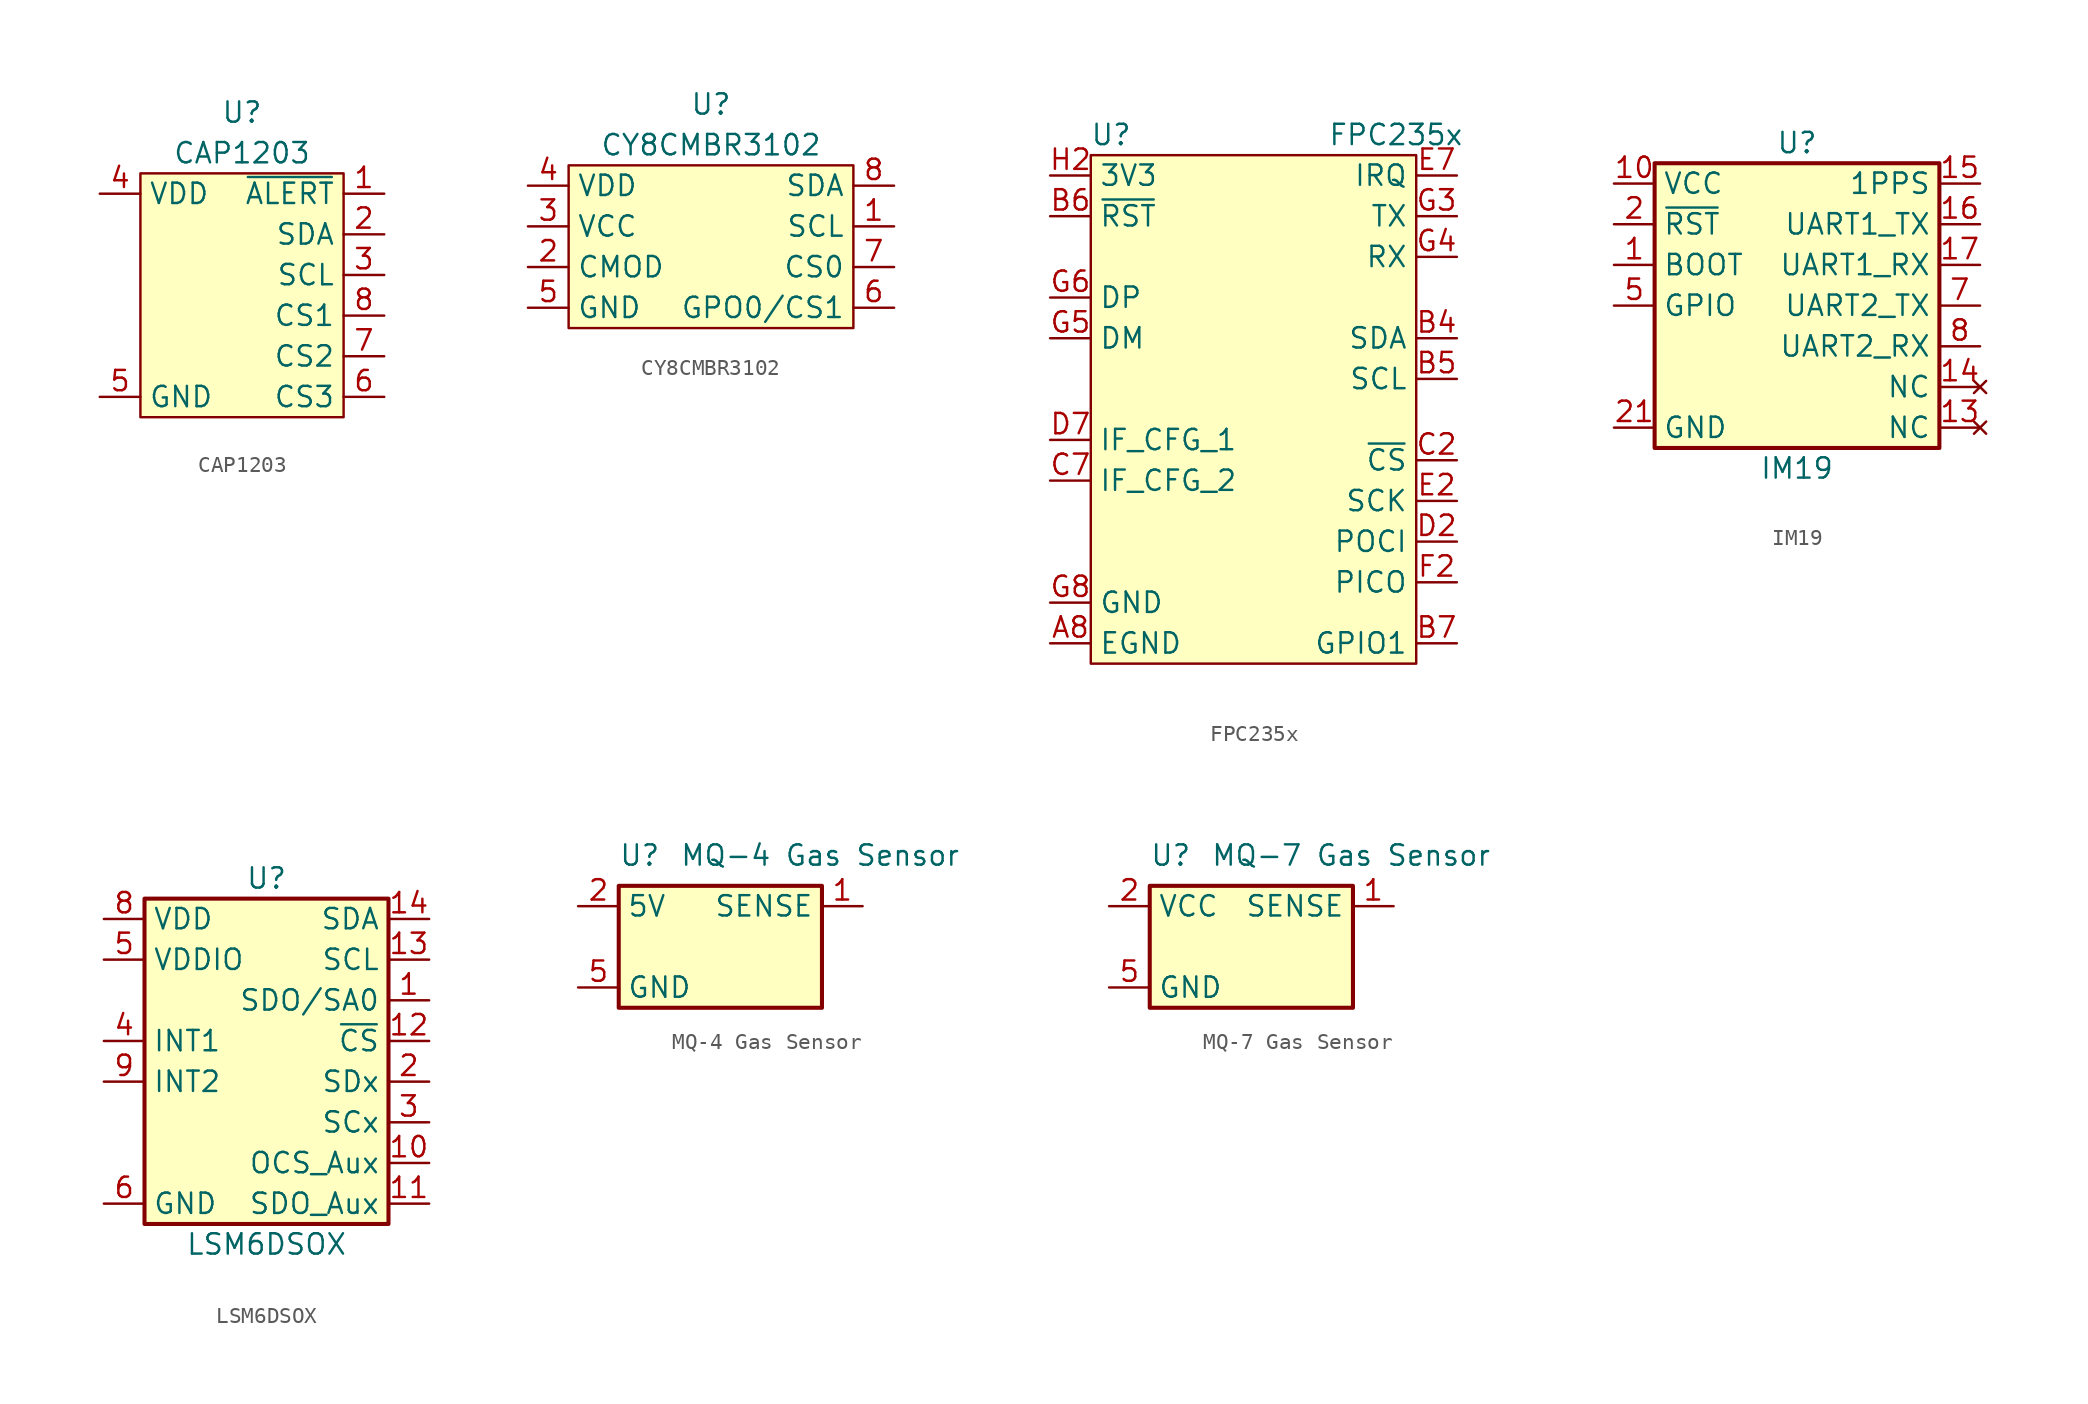
<source format=kicad_sym>
(kicad_symbol_lib
  (version 20241209)
  (generator "kicad_symbol_editor")
  (generator_version "9.0")
  (symbol "CAP1203"
    (property "Reference" "U"
      (at 0 11.43 0)
      (effects (font (size 1.27 1.27))))
    (property "Value" "CAP1203"
      (at 0 8.89 0)
      (effects (font (size 1.27 1.27))))
    (symbol "CAP1203_1_1"
      (rectangle (start -6.35 7.62) (end 6.35 -7.62) (stroke (width 0) (type solid)) (fill (type color) (color 255 255 194 1)))
      (pin power_in line (at -8.89 6.35 0) (length 2.54) (name "VDD" (effects (font (size 1.27 1.27)))) (number "4" (effects (font (size 1.27 1.27)))))
      (pin power_in line (at -8.89 -6.35 0) (length 2.54) (name "GND" (effects (font (size 1.27 1.27)))) (number "5" (effects (font (size 1.27 1.27)))))
      (pin open_collector line (at 8.89 6.35 180) (length 2.54) (name "~{ALERT}" (effects (font (size 1.27 1.27)))) (number "1" (effects (font (size 1.27 1.27)))))
      (pin bidirectional line (at 8.89 3.81 180) (length 2.54) (name "SDA" (effects (font (size 1.27 1.27)))) (number "2" (effects (font (size 1.27 1.27)))))
      (pin bidirectional line (at 8.89 1.27 180) (length 2.54) (name "SCL" (effects (font (size 1.27 1.27)))) (number "3" (effects (font (size 1.27 1.27)))))
      (pin passive line (at 8.89 -1.27 180) (length 2.54) (name "CS1" (effects (font (size 1.27 1.27)))) (number "8" (effects (font (size 1.27 1.27)))))
      (pin passive line (at 8.89 -3.81 180) (length 2.54) (name "CS2" (effects (font (size 1.27 1.27)))) (number "7" (effects (font (size 1.27 1.27)))))
      (pin passive line (at 8.89 -6.35 180) (length 2.54) (name "CS3" (effects (font (size 1.27 1.27)))) (number "6" (effects (font (size 1.27 1.27)))))))
  (symbol "CY8CMBR3102"
    (property "Reference" "U"
      (at 0 8.89 0)
      (effects (font (size 1.27 1.27))))
    (property "Value" "CY8CMBR3102"
      (at 0 6.35 0)
      (effects (font (size 1.27 1.27))))
    (symbol "CY8CMBR3102_1_1"
      (rectangle (start -8.89 5.08) (end 8.89 -5.08) (stroke (width 0) (type solid)) (fill (type background)))
      (pin power_in line (at -11.43 3.81 0) (length 2.54) (name "VDD" (effects (font (size 1.27 1.27)))) (number "4" (effects (font (size 1.27 1.27)))))
      (pin power_in line (at -11.43 1.27 0) (length 2.54) (name "VCC" (effects (font (size 1.27 1.27)))) (number "3" (effects (font (size 1.27 1.27)))))
      (pin passive line (at -11.43 -1.27 0) (length 2.54) (name "CMOD" (effects (font (size 1.27 1.27)))) (number "2" (effects (font (size 1.27 1.27)))))
      (pin power_in line (at -11.43 -3.81 0) (length 2.54) (name "GND" (effects (font (size 1.27 1.27)))) (number "5" (effects (font (size 1.27 1.27)))))
      (pin bidirectional line (at 11.43 3.81 180) (length 2.54) (name "SDA" (effects (font (size 1.27 1.27)))) (number "8" (effects (font (size 1.27 1.27)))))
      (pin bidirectional line (at 11.43 1.27 180) (length 2.54) (name "SCL" (effects (font (size 1.27 1.27)))) (number "1" (effects (font (size 1.27 1.27)))))
      (pin passive line (at 11.43 -1.27 180) (length 2.54) (name "CS0" (effects (font (size 1.27 1.27)))) (number "7" (effects (font (size 1.27 1.27)))))
      (pin passive line (at 11.43 -3.81 180) (length 2.54) (name "GPO0/CS1" (effects (font (size 1.27 1.27)))) (number "6" (effects (font (size 1.27 1.27)))))))
  (symbol "FPC235x"
    (property "Reference" "U"
      (at -8.89 16.51 0)
      (effects (font (size 1.27 1.27))))
    (property "Value" "FPC235x"
      (at 8.89 16.51 0)
      (effects (font (size 1.27 1.27))))
    (symbol "FPC235x_1_0"
      (rectangle (start -10.16 15.24) (end 10.16 -16.51) (stroke (width 0) (type solid)) (fill (type background)))
      (pin power_in line (at -12.7 13.97 0) (length 2.54) (hide yes) (name "3V3" (effects (font (size 1.27 1.27)))) (number "A2" (effects (font (size 1.27 1.27)))))
      (pin power_in line (at -12.7 13.97 0) (length 2.54) (hide yes) (name "3V3" (effects (font (size 1.27 1.27)))) (number "A7" (effects (font (size 1.27 1.27)))))
      (pin power_in line (at -12.7 13.97 0) (length 2.54) (name "3V3" (effects (font (size 1.27 1.27)))) (number "H2" (effects (font (size 1.27 1.27)))))
      (pin power_in line (at -12.7 13.97 0) (length 2.54) (hide yes) (name "3V3" (effects (font (size 1.27 1.27)))) (number "H7" (effects (font (size 1.27 1.27)))))
      (pin input line (at -12.7 11.43 0) (length 2.54) (name "~{RST}" (effects (font (size 1.27 1.27)))) (number "B6" (effects (font (size 1.27 1.27)))))
      (pin bidirectional line (at -12.7 6.35 0) (length 2.54) (name "DP" (effects (font (size 1.27 1.27)))) (number "G6" (effects (font (size 1.27 1.27)))))
      (pin bidirectional line (at -12.7 3.81 0) (length 2.54) (name "DM" (effects (font (size 1.27 1.27)))) (number "G5" (effects (font (size 1.27 1.27)))))
      (pin input line (at -12.7 -2.54 0) (length 2.54) (name "IF_CFG_1" (effects (font (size 1.27 1.27)))) (number "D7" (effects (font (size 1.27 1.27)))))
      (pin input line (at -12.7 -5.08 0) (length 2.54) (name "IF_CFG_2" (effects (font (size 1.27 1.27)))) (number "C7" (effects (font (size 1.27 1.27)))))
      (pin power_in line (at -12.7 -12.7 0) (length 2.54) (hide yes) (name "GND" (effects (font (size 1.27 1.27)))) (number "B1" (effects (font (size 1.27 1.27)))))
      (pin power_in line (at -12.7 -12.7 0) (length 2.54) (hide yes) (name "GND" (effects (font (size 1.27 1.27)))) (number "B8" (effects (font (size 1.27 1.27)))))
      (pin power_in line (at -12.7 -12.7 0) (length 2.54) (hide yes) (name "GND" (effects (font (size 1.27 1.27)))) (number "G1" (effects (font (size 1.27 1.27)))))
      (pin power_in line (at -12.7 -12.7 0) (length 2.54) (name "GND" (effects (font (size 1.27 1.27)))) (number "G8" (effects (font (size 1.27 1.27)))))
      (pin power_in line (at -12.7 -15.24 0) (length 2.54) (hide yes) (name "EGND" (effects (font (size 1.27 1.27)))) (number "A1" (effects (font (size 1.27 1.27)))))
      (pin power_in line (at -12.7 -15.24 0) (length 2.54) (name "EGND" (effects (font (size 1.27 1.27)))) (number "A8" (effects (font (size 1.27 1.27)))))
      (pin power_in line (at -12.7 -15.24 0) (length 2.54) (hide yes) (name "EGND" (effects (font (size 1.27 1.27)))) (number "H1" (effects (font (size 1.27 1.27)))))
      (pin power_in line (at -12.7 -15.24 0) (length 2.54) (hide yes) (name "EGND" (effects (font (size 1.27 1.27)))) (number "H8" (effects (font (size 1.27 1.27)))))
      (pin output line (at 12.7 13.97 180) (length 2.54) (name "IRQ" (effects (font (size 1.27 1.27)))) (number "E7" (effects (font (size 1.27 1.27)))))
      (pin output line (at 12.7 11.43 180) (length 2.54) (name "TX" (effects (font (size 1.27 1.27)))) (number "G3" (effects (font (size 1.27 1.27)))))
      (pin input line (at 12.7 8.89 180) (length 2.54) (name "RX" (effects (font (size 1.27 1.27)))) (number "G4" (effects (font (size 1.27 1.27)))))
      (pin bidirectional line (at 12.7 3.81 180) (length 2.54) (name "SDA" (effects (font (size 1.27 1.27)))) (number "B4" (effects (font (size 1.27 1.27)))))
      (pin bidirectional line (at 12.7 1.27 180) (length 2.54) (name "SCL" (effects (font (size 1.27 1.27)))) (number "B5" (effects (font (size 1.27 1.27)))))
      (pin input line (at 12.7 -3.81 180) (length 2.54) (name "~{CS}" (effects (font (size 1.27 1.27)))) (number "C2" (effects (font (size 1.27 1.27)))))
      (pin input line (at 12.7 -6.35 180) (length 2.54) (name "SCK" (effects (font (size 1.27 1.27)))) (number "E2" (effects (font (size 1.27 1.27)))))
      (pin output line (at 12.7 -8.89 180) (length 2.54) (name "POCI" (effects (font (size 1.27 1.27)))) (number "D2" (effects (font (size 1.27 1.27)))))
      (pin input line (at 12.7 -11.43 180) (length 2.54) (name "PICO" (effects (font (size 1.27 1.27)))) (number "F2" (effects (font (size 1.27 1.27)))))
      (pin bidirectional line (at 12.7 -15.24 180) (length 2.54) (name "GPIO1" (effects (font (size 1.27 1.27)))) (number "B7" (effects (font (size 1.27 1.27)))))))
  (symbol "IM19"
    (property "Reference" "U"
      (at 0 10.16 0)
      (effects (font (size 1.27 1.27))))
    (property "Value" "IM19"
      (at 0 -10.16 0)
      (effects (font (size 1.27 1.27))))
    (symbol "IM19_0_1"
      (rectangle (start -8.89 8.89) (end 8.89 -8.89) (stroke (width 0.254) (type default)) (fill (type background))))
    (symbol "IM19_1_0"
      (pin input line (at -11.43 5.08 0) (length 2.54) (name "~{RST}" (effects (font (size 1.27 1.27)))) (number "2" (effects (font (size 1.27 1.27)))))
      (pin input line (at -11.43 2.54 0) (length 2.54) (name "BOOT" (effects (font (size 1.27 1.27)))) (number "1" (effects (font (size 1.27 1.27)))))
      (pin bidirectional line (at -11.43 0 0) (length 2.54) (name "GPIO" (effects (font (size 1.27 1.27)))) (number "5" (effects (font (size 1.27 1.27)))))
      (pin no_connect line (at -11.43 -2.54 0) (length 2.54) (hide yes) (name "SWCLK" (effects (font (size 1.27 1.27)))) (number "20" (effects (font (size 1.27 1.27)))))
      (pin no_connect line (at -11.43 -5.08 0) (length 2.54) (hide yes) (name "SWDIO" (effects (font (size 1.27 1.27)))) (number "19" (effects (font (size 1.27 1.27)))))
      (pin no_connect line (at 11.43 12.7 180) (length 2.54) (hide yes) (name "NC" (effects (font (size 1.27 1.27)))) (number "12" (effects (font (size 1.27 1.27)))))
      (pin no_connect line (at 11.43 10.16 180) (length 2.54) (hide yes) (name "NC" (effects (font (size 1.27 1.27)))) (number "11" (effects (font (size 1.27 1.27)))))
      (pin input line (at 11.43 7.62 180) (length 2.54) (name "1PPS" (effects (font (size 1.27 1.27)))) (number "15" (effects (font (size 1.27 1.27)))))
      (pin output line (at 11.43 5.08 180) (length 2.54) (name "UART1_TX" (effects (font (size 1.27 1.27)))) (number "16" (effects (font (size 1.27 1.27)))))
      (pin input line (at 11.43 2.54 180) (length 2.54) (name "UART1_RX" (effects (font (size 1.27 1.27)))) (number "17" (effects (font (size 1.27 1.27)))))
      (pin input line (at 11.43 -2.54 180) (length 2.54) (name "UART2_RX" (effects (font (size 1.27 1.27)))) (number "8" (effects (font (size 1.27 1.27))))))
    (symbol "IM19_1_1"
      (pin power_in line (at -11.43 7.62 0) (length 2.54) (name "VCC" (effects (font (size 1.27 1.27)))) (number "10" (effects (font (size 1.27 1.27)))))
      (pin power_in line (at -11.43 7.62 0) (length 2.54) (hide yes) (name "VCC" (effects (font (size 1.27 1.27)))) (number "6" (effects (font (size 1.27 1.27)))))
      (pin power_in line (at -11.43 -7.62 0) (length 2.54) (hide yes) (name "GND" (effects (font (size 1.27 1.27)))) (number "18" (effects (font (size 1.27 1.27)))))
      (pin power_in line (at -11.43 -7.62 0) (length 2.54) (name "GND" (effects (font (size 1.27 1.27)))) (number "21" (effects (font (size 1.27 1.27)))))
      (pin power_in line (at -11.43 -7.62 0) (length 2.54) (hide yes) (name "GND" (effects (font (size 1.27 1.27)))) (number "3" (effects (font (size 1.27 1.27)))))
      (pin power_in line (at -11.43 -7.62 0) (length 2.54) (hide yes) (name "GND" (effects (font (size 1.27 1.27)))) (number "4" (effects (font (size 1.27 1.27)))))
      (pin power_in line (at -11.43 -7.62 0) (length 2.54) (hide yes) (name "GND" (effects (font (size 1.27 1.27)))) (number "9" (effects (font (size 1.27 1.27)))))
      (pin output line (at 11.43 0 180) (length 2.54) (name "UART2_TX" (effects (font (size 1.27 1.27)))) (number "7" (effects (font (size 1.27 1.27)))))
      (pin no_connect line (at 11.43 -5.08 180) (length 2.54) (name "NC" (effects (font (size 1.27 1.27)))) (number "14" (effects (font (size 1.27 1.27)))) (alternate "UART3_TX" output line))
      (pin no_connect line (at 11.43 -7.62 180) (length 2.54) (name "NC" (effects (font (size 1.27 1.27)))) (number "13" (effects (font (size 1.27 1.27)))) (alternate "UART3_RX" input line))))
  (symbol "LSM6DSOX"
    (property "Reference" "U"
      (at 0 11.43 0)
      (effects (font (size 1.27 1.27))))
    (property "Value" "LSM6DSOX"
      (at 0 -11.43 0)
      (effects (font (size 1.27 1.27))))
    (symbol "LSM6DSOX_0_1"
      (rectangle (start -7.62 10.16) (end 7.62 -10.16) (stroke (width 0.254) (type default)) (fill (type background))))
    (symbol "LSM6DSOX_1_0"
      (pin bidirectional line (at 10.16 8.89 180) (length 2.54) (name "SDA" (effects (font (size 1.27 1.27)))) (number "14" (effects (font (size 1.27 1.27)))))
      (pin bidirectional line (at 10.16 6.35 180) (length 2.54) (name "SCL" (effects (font (size 1.27 1.27)))) (number "13" (effects (font (size 1.27 1.27)))))
      (pin bidirectional line (at 10.16 1.27 180) (length 2.54) (name "~{CS}" (effects (font (size 1.27 1.27)))) (number "12" (effects (font (size 1.27 1.27)))))
      (pin bidirectional line (at 10.16 -6.35 180) (length 2.54) (name "OCS_Aux" (effects (font (size 1.27 1.27)))) (number "10" (effects (font (size 1.27 1.27)))))
      (pin bidirectional line (at 10.16 -8.89 180) (length 2.54) (name "SDO_Aux" (effects (font (size 1.27 1.27)))) (number "11" (effects (font (size 1.27 1.27))))))
    (symbol "LSM6DSOX_1_1"
      (pin power_in line (at -10.16 8.89 0) (length 2.54) (name "VDD" (effects (font (size 1.27 1.27)))) (number "8" (effects (font (size 1.27 1.27)))))
      (pin power_in line (at -10.16 6.35 0) (length 2.54) (name "VDDIO" (effects (font (size 1.27 1.27)))) (number "5" (effects (font (size 1.27 1.27)))))
      (pin bidirectional line (at -10.16 1.27 0) (length 2.54) (name "INT1" (effects (font (size 1.27 1.27)))) (number "4" (effects (font (size 1.27 1.27)))))
      (pin bidirectional line (at -10.16 -1.27 0) (length 2.54) (name "INT2" (effects (font (size 1.27 1.27)))) (number "9" (effects (font (size 1.27 1.27)))))
      (pin power_in line (at -10.16 -8.89 0) (length 2.54) (name "GND" (effects (font (size 1.27 1.27)))) (number "6" (effects (font (size 1.27 1.27)))))
      (pin power_in line (at -10.16 -8.89 0) (length 2.54) (hide yes) (name "GND" (effects (font (size 1.27 1.27)))) (number "7" (effects (font (size 1.27 1.27)))))
      (pin bidirectional line (at 10.16 3.81 180) (length 2.54) (name "SDO/SA0" (effects (font (size 1.27 1.27)))) (number "1" (effects (font (size 1.27 1.27)))))
      (pin bidirectional line (at 10.16 -1.27 180) (length 2.54) (name "SDx" (effects (font (size 1.27 1.27)))) (number "2" (effects (font (size 1.27 1.27)))))
      (pin bidirectional line (at 10.16 -3.81 180) (length 2.54) (name "SCx" (effects (font (size 1.27 1.27)))) (number "3" (effects (font (size 1.27 1.27)))))))
  (symbol "MQ-4 Gas Sensor"
    (property "Reference" "U"
      (at -6.35 5.715 0)
      (effects (font (size 1.27 1.27)) (justify left)))
    (property "Value" "MQ-4 Gas Sensor"
      (at -2.54 5.715 0)
      (effects (font (size 1.27 1.27)) (justify left)))
    (symbol "MQ-4 Gas Sensor_0_1"
      (rectangle (start -6.35 3.81) (end 6.35 -3.81) (stroke (width 0.254) (type default)) (fill (type background))))
    (symbol "MQ-4 Gas Sensor_1_1"
      (pin power_in line (at -8.89 2.54 0) (length 2.54) (name "5V" (effects (font (size 1.27 1.27)))) (number "2" (effects (font (size 1.27 1.27)))))
      (pin input line (at -8.89 -2.54 0) (length 2.54) (hide yes) (name "SENSE-GND" (effects (font (size 1.27 1.27)))) (number "4" (effects (font (size 1.27 1.27)))))
      (pin power_in line (at -8.89 -2.54 0) (length 2.54) (name "GND" (effects (font (size 1.27 1.27)))) (number "5" (effects (font (size 1.27 1.27)))))
      (pin input line (at -8.89 -2.54 0) (length 2.54) (hide yes) (name "SENSE-GND" (effects (font (size 1.27 1.27)))) (number "6" (effects (font (size 1.27 1.27)))))
      (pin output line (at 8.89 2.54 180) (length 2.54) (name "SENSE" (effects (font (size 1.27 1.27)))) (number "1" (effects (font (size 1.27 1.27)))))
      (pin output line (at 8.89 2.54 180) (length 2.54) (hide yes) (name "SENSE" (effects (font (size 1.27 1.27)))) (number "3" (effects (font (size 1.27 1.27)))))))
  (symbol "MQ-7 Gas Sensor"
    (property "Reference" "U"
      (at -6.35 5.715 0)
      (effects (font (size 1.27 1.27)) (justify left)))
    (property "Value" "MQ-7 Gas Sensor"
      (at -2.54 5.715 0)
      (effects (font (size 1.27 1.27)) (justify left)))
    (symbol "MQ-7 Gas Sensor_0_1"
      (rectangle (start -6.35 3.81) (end 6.35 -3.81) (stroke (width 0.254) (type default)) (fill (type background))))
    (symbol "MQ-7 Gas Sensor_1_1"
      (pin power_in line (at -8.89 2.54 0) (length 2.54) (name "VCC" (effects (font (size 1.27 1.27)))) (number "2" (effects (font (size 1.27 1.27)))))
      (pin input line (at -8.89 -2.54 0) (length 2.54) (hide yes) (name "SENSE-GND" (effects (font (size 1.27 1.27)))) (number "4" (effects (font (size 1.27 1.27)))))
      (pin power_in line (at -8.89 -2.54 0) (length 2.54) (name "GND" (effects (font (size 1.27 1.27)))) (number "5" (effects (font (size 1.27 1.27)))))
      (pin input line (at -8.89 -2.54 0) (length 2.54) (hide yes) (name "SENSE-GND" (effects (font (size 1.27 1.27)))) (number "6" (effects (font (size 1.27 1.27)))))
      (pin output line (at 8.89 2.54 180) (length 2.54) (name "SENSE" (effects (font (size 1.27 1.27)))) (number "1" (effects (font (size 1.27 1.27)))))
      (pin output line (at 8.89 2.54 180) (length 2.54) (hide yes) (name "SENSE" (effects (font (size 1.27 1.27)))) (number "3" (effects (font (size 1.27 1.27))))))))
</source>
